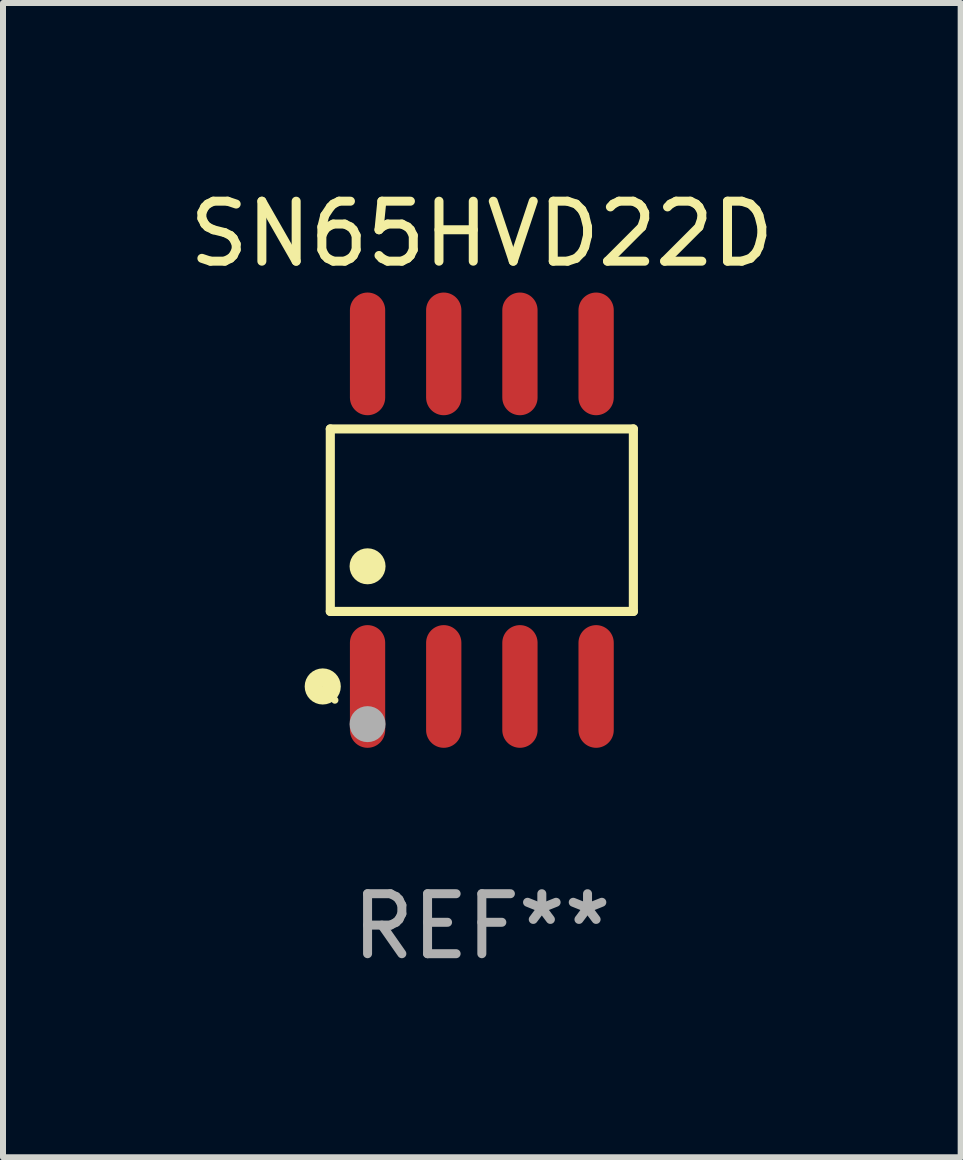
<source format=kicad_pcb>
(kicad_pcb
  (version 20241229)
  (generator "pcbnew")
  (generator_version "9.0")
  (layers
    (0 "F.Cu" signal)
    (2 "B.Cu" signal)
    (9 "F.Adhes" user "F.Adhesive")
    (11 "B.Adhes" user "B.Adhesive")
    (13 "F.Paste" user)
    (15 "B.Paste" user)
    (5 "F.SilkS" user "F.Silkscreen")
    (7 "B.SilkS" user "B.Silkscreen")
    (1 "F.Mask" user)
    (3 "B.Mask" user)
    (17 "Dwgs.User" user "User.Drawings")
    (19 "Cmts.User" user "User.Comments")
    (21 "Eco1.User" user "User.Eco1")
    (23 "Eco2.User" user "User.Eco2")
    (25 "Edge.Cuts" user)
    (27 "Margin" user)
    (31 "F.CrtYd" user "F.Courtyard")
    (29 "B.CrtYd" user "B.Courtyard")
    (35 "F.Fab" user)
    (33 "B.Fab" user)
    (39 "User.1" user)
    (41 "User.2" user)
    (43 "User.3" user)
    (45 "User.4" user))
  (footprint "SN65HVD22D"
    (layer "F.Cu")
    (at 4.982 5.621)
    (property "Reference" "SN65HVD22D" (at 0 -4.772 0) (layer "F.SilkS") (effects (font (size 1 1) (thickness 0.15))))
    (attr through_hole)
    (fp_line (start -2.526 -1.521) (end 2.526 -1.521) (stroke (width 0.152) (type solid)) (layer "F.SilkS"))
    (fp_line (start -2.526 1.521) (end -2.526 -1.521) (stroke (width 0.152) (type solid)) (layer "F.SilkS"))
    (fp_line (start 2.526 -1.521) (end 2.526 1.521) (stroke (width 0.152) (type solid)) (layer "F.SilkS"))
    (fp_line (start 2.526 1.521) (end -2.526 1.521) (stroke (width 0.152) (type solid)) (layer "F.SilkS"))
    (fp_circle (center -2.652 2.772) (end -2.501 2.772) (stroke (width 0.3) (type solid)) (fill no) (layer "F.SilkS"))
    (fp_circle (center -2.45 3) (end -2.42 3) (stroke (width 0.06) (type solid)) (fill no) (layer "F.SilkS"))
    (fp_circle (center -1.905 0.769) (end -1.755 0.769) (stroke (width 0.3) (type solid)) (fill no) (layer "F.SilkS"))
    (fp_circle (center -1.905 3.4) (end -1.755 3.4) (stroke (width 0.3) (type solid)) (fill no) (layer "F.Fab"))
    (fp_text user "REF**" (at 0 6.772 0) (layer "F.Fab") (effects (font (size 1 1) (thickness 0.15))))
    (pad "1" smd oval (at -1.905 2.772) (size 0.588 2.045) (layers "F.Cu" "F.Mask" "F.Paste"))
    (pad "2" smd oval (at -0.635 2.772) (size 0.588 2.045) (layers "F.Cu" "F.Mask" "F.Paste"))
    (pad "3" smd oval (at 0.635 2.772) (size 0.588 2.045) (layers "F.Cu" "F.Mask" "F.Paste"))
    (pad "4" smd oval (at 1.905 2.772) (size 0.588 2.045) (layers "F.Cu" "F.Mask" "F.Paste"))
    (pad "5" smd oval (at 1.905 -2.772) (size 0.588 2.045) (layers "F.Cu" "F.Mask" "F.Paste"))
    (pad "6" smd oval (at 0.635 -2.772) (size 0.588 2.045) (layers "F.Cu" "F.Mask" "F.Paste"))
    (pad "7" smd oval (at -0.635 -2.772) (size 0.588 2.045) (layers "F.Cu" "F.Mask" "F.Paste"))
    (pad "8" smd oval (at -1.905 -2.772) (size 0.588 2.045) (layers "F.Cu" "F.Mask" "F.Paste")))
  (gr_rect
    (start -3 -3)
    (end 12.964 16.241)
    (stroke (width 0.1) (type default))
    (fill no)
    (layer "Edge.Cuts")))
</source>
